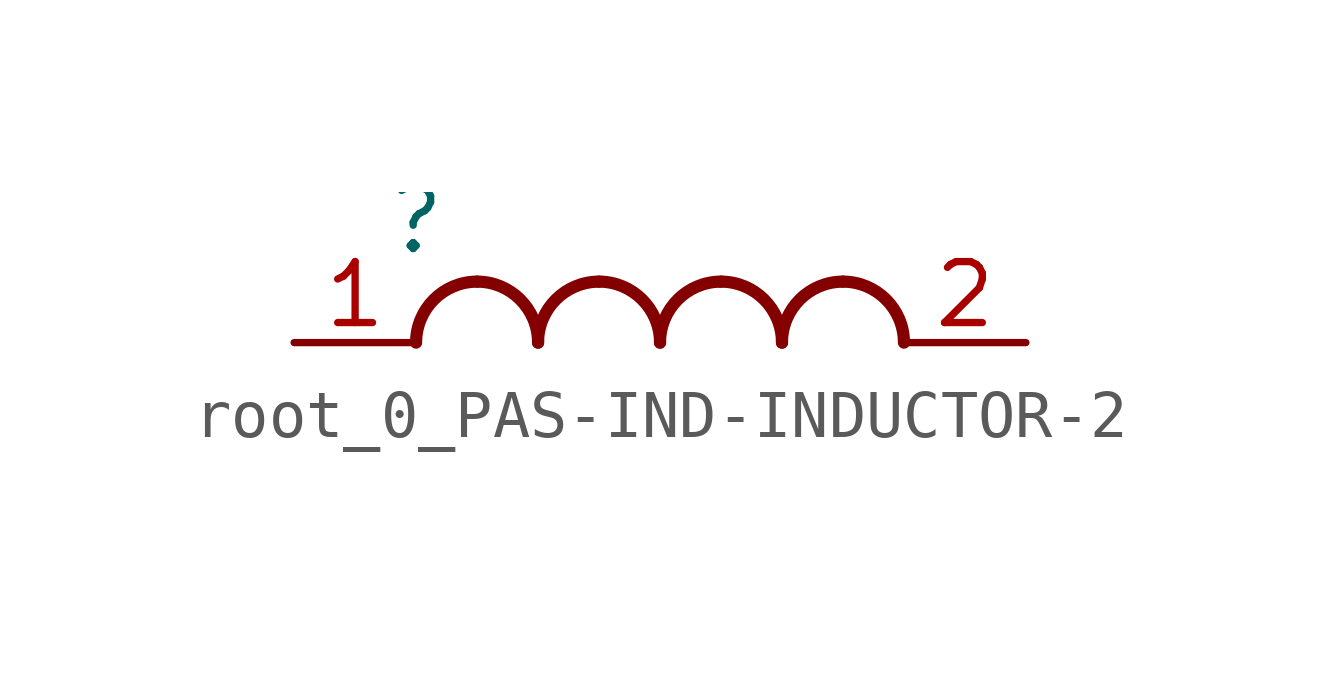
<source format=kicad_sym>
(kicad_symbol_lib
  (version 20220914)
  (generator kicad_symbol_editor)
  (symbol "root_0_PAS-IND-INDUCTOR-2"
    (property "Reference" ""
      (at 0 0 0)
      (effects (font (size 1.27 1.27))))
    (property "Value" ""
      (at 0 0 0)
      (effects (font (size 1.27 1.27))))
    (symbol "root_0_PAS-IND-INDUCTOR-2_1_0"
      (arc (start 1.27 -1.27) (mid 0.372 -1.642) (end 0 -2.54) (stroke (width 0.254) (type solid)) (fill (type none)))
      (arc (start 2.54 -2.54) (mid 2.168 -1.642) (end 1.27 -1.27) (stroke (width 0.254) (type solid)) (fill (type none)))
      (arc (start 3.81 -1.27) (mid 2.912 -1.642) (end 2.54 -2.54) (stroke (width 0.254) (type solid)) (fill (type none)))
      (arc (start 5.08 -2.54) (mid 4.708 -1.642) (end 3.81 -1.27) (stroke (width 0.254) (type solid)) (fill (type none)))
      (arc (start 6.35 -1.27) (mid 5.452 -1.642) (end 5.08 -2.54) (stroke (width 0.254) (type solid)) (fill (type none)))
      (arc (start 7.62 -2.54) (mid 7.248 -1.642) (end 6.35 -1.27) (stroke (width 0.254) (type solid)) (fill (type none)))
      (arc (start 8.89 -1.27) (mid 7.992 -1.642) (end 7.62 -2.54) (stroke (width 0.254) (type solid)) (fill (type none)))
      (arc (start 10.16 -2.54) (mid 9.788 -1.642) (end 8.89 -1.27) (stroke (width 0.254) (type solid)) (fill (type none)))
      (pin passive line (at -2.54 -2.54 0) (length 2.54) (name "1" (effects (font (size 0 0)))) (number "1" (effects (font (size 1.27 1.27)))))
      (pin passive line (at 12.7 -2.54 180) (length 2.54) (name "2" (effects (font (size 0 0)))) (number "2" (effects (font (size 1.27 1.27))))))))
</source>
